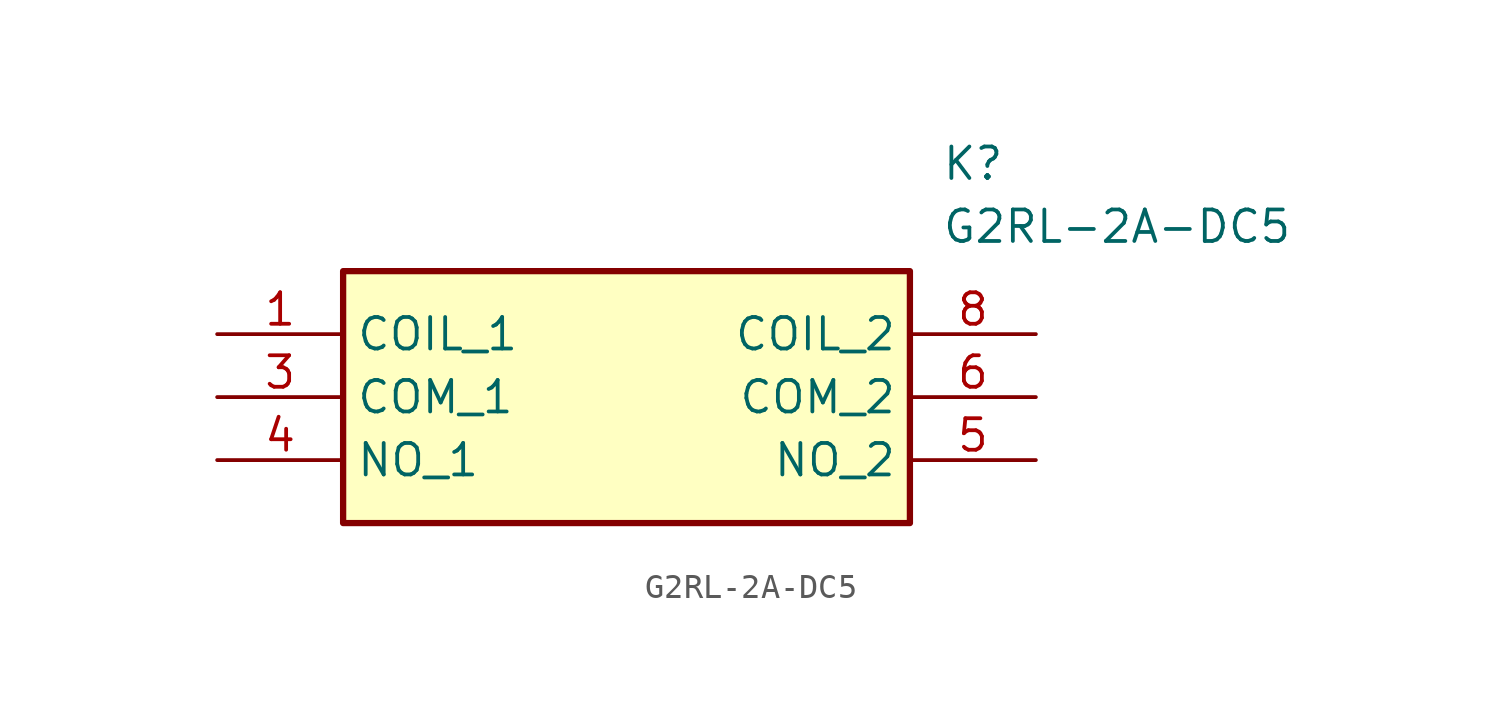
<source format=kicad_sym>
(kicad_symbol_lib
  (version 20211014)
  (generator SamacSys_ECAD_Model)
  (symbol "G2RL-2A-DC5"
    (property "Reference" "K"
      (at 29.21 7.62 0)
      (effects (font (size 1.27 1.27)) (justify left top)))
    (property "Value" "G2RL-2A-DC5"
      (at 29.21 5.08 0)
      (effects (font (size 1.27 1.27)) (justify left top)))
    (rectangle
      (start 5.08 2.54)
      (end 27.94 -7.62)
      (stroke (width 0.254) (type default))
      (fill (type background)))
    (pin passive line
      (at 0 0 0)
      (length 5.08)
      (name "COIL_1" (effects (font (size 1.27 1.27))))
      (number "1" (effects (font (size 1.27 1.27)))))
    (pin passive line
      (at 0 -2.54 0)
      (length 5.08)
      (name "COM_1" (effects (font (size 1.27 1.27))))
      (number "3" (effects (font (size 1.27 1.27)))))
    (pin passive line
      (at 0 -5.08 0)
      (length 5.08)
      (name "NO_1" (effects (font (size 1.27 1.27))))
      (number "4" (effects (font (size 1.27 1.27)))))
    (pin passive line
      (at 33.02 -5.08 180)
      (length 5.08)
      (name "NO_2" (effects (font (size 1.27 1.27))))
      (number "5" (effects (font (size 1.27 1.27)))))
    (pin passive line
      (at 33.02 -2.54 180)
      (length 5.08)
      (name "COM_2" (effects (font (size 1.27 1.27))))
      (number "6" (effects (font (size 1.27 1.27)))))
    (pin passive line
      (at 33.02 0 180)
      (length 5.08)
      (name "COIL_2" (effects (font (size 1.27 1.27))))
      (number "8" (effects (font (size 1.27 1.27)))))))
</source>
